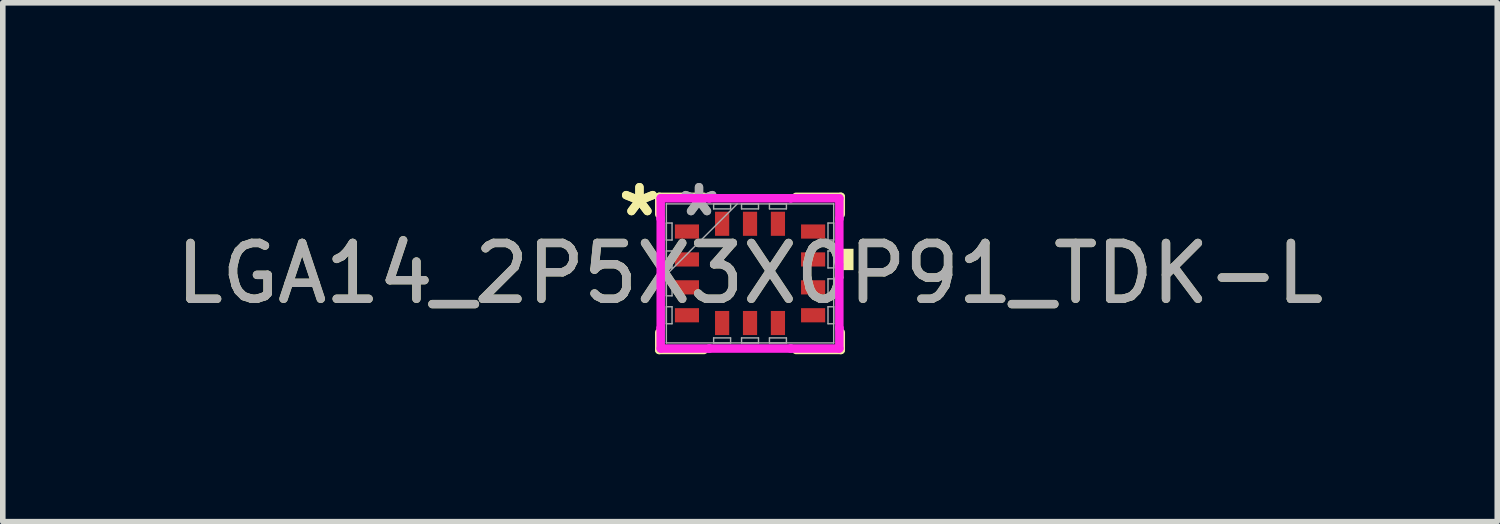
<source format=kicad_pcb>
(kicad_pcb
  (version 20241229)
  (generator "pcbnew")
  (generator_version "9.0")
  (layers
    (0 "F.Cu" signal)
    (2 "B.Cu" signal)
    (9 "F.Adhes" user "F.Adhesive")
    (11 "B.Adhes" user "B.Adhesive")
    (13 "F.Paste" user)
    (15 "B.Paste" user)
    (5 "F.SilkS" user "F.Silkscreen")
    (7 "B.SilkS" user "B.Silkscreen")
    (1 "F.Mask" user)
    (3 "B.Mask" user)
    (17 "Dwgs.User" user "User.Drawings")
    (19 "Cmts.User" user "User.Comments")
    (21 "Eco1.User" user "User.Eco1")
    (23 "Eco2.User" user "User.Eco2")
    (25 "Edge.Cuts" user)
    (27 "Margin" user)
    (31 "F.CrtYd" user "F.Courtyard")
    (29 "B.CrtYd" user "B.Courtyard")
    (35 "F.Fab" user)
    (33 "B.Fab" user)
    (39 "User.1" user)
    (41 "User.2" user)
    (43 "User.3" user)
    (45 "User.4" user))
  (footprint "LGA14_2P5X3X0P91_TDK-L"
    (layer "F.Cu")
    (at 10.387 1.848)
    (property "Reference" "LGA14_2P5X3X0P91_TDK-L" (at 0 0 0) (unlocked yes) (layer "F.SilkS") (effects (font (size 1 1) (thickness 0.15))))
    (attr smd)
    (fp_line (start -1.626 -1.372) (end -1.626 -1.058) (stroke (width 0.152) (type solid)) (layer "F.SilkS"))
    (fp_line (start -1.626 1.058) (end -1.626 1.372) (stroke (width 0.152) (type solid)) (layer "F.SilkS"))
    (fp_line (start -1.626 1.372) (end -0.826 1.372) (stroke (width 0.152) (type solid)) (layer "F.SilkS"))
    (fp_line (start -0.826 -1.372) (end -1.626 -1.372) (stroke (width 0.152) (type solid)) (layer "F.SilkS"))
    (fp_line (start 0.826 1.372) (end 1.626 1.372) (stroke (width 0.152) (type solid)) (layer "F.SilkS"))
    (fp_line (start 1.626 -1.372) (end 0.826 -1.372) (stroke (width 0.152) (type solid)) (layer "F.SilkS"))
    (fp_line (start 1.626 -1.058) (end 1.626 -1.372) (stroke (width 0.152) (type solid)) (layer "F.SilkS"))
    (fp_line (start 1.626 1.372) (end 1.626 1.058) (stroke (width 0.152) (type solid)) (layer "F.SilkS"))
    (fp_poly (pts (xy 1.854 -0.441) (xy 1.854 -0.059) (xy 1.6 -0.059) (xy 1.6 -0.441)) (stroke (width 0) (type solid)) (fill yes) (layer "F.SilkS"))
    (fp_line (start -1.6 -1.346) (end -0.729 -1.346) (stroke (width 0.152) (type solid)) (layer "F.CrtYd"))
    (fp_line (start -1.6 -0.979) (end -1.6 -1.346) (stroke (width 0.152) (type solid)) (layer "F.CrtYd"))
    (fp_line (start -1.6 -0.979) (end -1.6 -0.979) (stroke (width 0.152) (type solid)) (layer "F.CrtYd"))
    (fp_line (start -1.6 0.979) (end -1.6 -0.979) (stroke (width 0.152) (type solid)) (layer "F.CrtYd"))
    (fp_line (start -1.6 0.979) (end -1.6 0.979) (stroke (width 0.152) (type solid)) (layer "F.CrtYd"))
    (fp_line (start -1.6 1.346) (end -1.6 0.979) (stroke (width 0.152) (type solid)) (layer "F.CrtYd"))
    (fp_line (start -0.729 -1.346) (end -0.729 -1.346) (stroke (width 0.152) (type solid)) (layer "F.CrtYd"))
    (fp_line (start -0.729 -1.346) (end 0.729 -1.346) (stroke (width 0.152) (type solid)) (layer "F.CrtYd"))
    (fp_line (start -0.729 1.346) (end -1.6 1.346) (stroke (width 0.152) (type solid)) (layer "F.CrtYd"))
    (fp_line (start -0.729 1.346) (end -0.729 1.346) (stroke (width 0.152) (type solid)) (layer "F.CrtYd"))
    (fp_line (start 0.729 -1.346) (end 0.729 -1.346) (stroke (width 0.152) (type solid)) (layer "F.CrtYd"))
    (fp_line (start 0.729 -1.346) (end 1.6 -1.346) (stroke (width 0.152) (type solid)) (layer "F.CrtYd"))
    (fp_line (start 0.729 1.346) (end -0.729 1.346) (stroke (width 0.152) (type solid)) (layer "F.CrtYd"))
    (fp_line (start 0.729 1.346) (end 0.729 1.346) (stroke (width 0.152) (type solid)) (layer "F.CrtYd"))
    (fp_line (start 1.6 -1.346) (end 1.6 -0.979) (stroke (width 0.152) (type solid)) (layer "F.CrtYd"))
    (fp_line (start 1.6 -0.979) (end 1.6 -0.979) (stroke (width 0.152) (type solid)) (layer "F.CrtYd"))
    (fp_line (start 1.6 -0.979) (end 1.6 0.979) (stroke (width 0.152) (type solid)) (layer "F.CrtYd"))
    (fp_line (start 1.6 0.979) (end 1.6 0.979) (stroke (width 0.152) (type solid)) (layer "F.CrtYd"))
    (fp_line (start 1.6 0.979) (end 1.6 1.346) (stroke (width 0.152) (type solid)) (layer "F.CrtYd"))
    (fp_line (start 1.6 1.346) (end 0.729 1.346) (stroke (width 0.152) (type solid)) (layer "F.CrtYd"))
    (fp_line (start -1.499 -1.245) (end -1.499 -1.245) (stroke (width 0.025) (type solid)) (layer "F.Fab"))
    (fp_line (start -1.499 -1.245) (end -1.499 1.245) (stroke (width 0.025) (type solid)) (layer "F.Fab"))
    (fp_line (start -1.499 -0.902) (end -1.397 -0.902) (stroke (width 0.025) (type solid)) (layer "F.Fab"))
    (fp_line (start -1.499 -0.598) (end -1.499 -0.902) (stroke (width 0.025) (type solid)) (layer "F.Fab"))
    (fp_line (start -1.499 -0.402) (end -1.397 -0.402) (stroke (width 0.025) (type solid)) (layer "F.Fab"))
    (fp_line (start -1.499 -0.098) (end -1.499 -0.402) (stroke (width 0.025) (type solid)) (layer "F.Fab"))
    (fp_line (start -1.499 0.025) (end -0.229 -1.245) (stroke (width 0.025) (type solid)) (layer "F.Fab"))
    (fp_line (start -1.499 0.098) (end -1.397 0.098) (stroke (width 0.025) (type solid)) (layer "F.Fab"))
    (fp_line (start -1.499 0.402) (end -1.499 0.098) (stroke (width 0.025) (type solid)) (layer "F.Fab"))
    (fp_line (start -1.499 0.598) (end -1.397 0.598) (stroke (width 0.025) (type solid)) (layer "F.Fab"))
    (fp_line (start -1.499 0.902) (end -1.499 0.598) (stroke (width 0.025) (type solid)) (layer "F.Fab"))
    (fp_line (start -1.499 1.245) (end -1.499 1.245) (stroke (width 0.025) (type solid)) (layer "F.Fab"))
    (fp_line (start -1.499 1.245) (end 1.499 1.245) (stroke (width 0.025) (type solid)) (layer "F.Fab"))
    (fp_line (start -1.397 -0.902) (end -1.397 -0.598) (stroke (width 0.025) (type solid)) (layer "F.Fab"))
    (fp_line (start -1.397 -0.598) (end -1.499 -0.598) (stroke (width 0.025) (type solid)) (layer "F.Fab"))
    (fp_line (start -1.397 -0.402) (end -1.397 -0.098) (stroke (width 0.025) (type solid)) (layer "F.Fab"))
    (fp_line (start -1.397 -0.098) (end -1.499 -0.098) (stroke (width 0.025) (type solid)) (layer "F.Fab"))
    (fp_line (start -1.397 0.098) (end -1.397 0.402) (stroke (width 0.025) (type solid)) (layer "F.Fab"))
    (fp_line (start -1.397 0.402) (end -1.499 0.402) (stroke (width 0.025) (type solid)) (layer "F.Fab"))
    (fp_line (start -1.397 0.598) (end -1.397 0.902) (stroke (width 0.025) (type solid)) (layer "F.Fab"))
    (fp_line (start -1.397 0.902) (end -1.499 0.902) (stroke (width 0.025) (type solid)) (layer "F.Fab"))
    (fp_line (start -0.652 -1.245) (end -0.348 -1.245) (stroke (width 0.025) (type solid)) (layer "F.Fab"))
    (fp_line (start -0.652 -1.156) (end -0.652 -1.245) (stroke (width 0.025) (type solid)) (layer "F.Fab"))
    (fp_line (start -0.652 1.156) (end -0.348 1.156) (stroke (width 0.025) (type solid)) (layer "F.Fab"))
    (fp_line (start -0.652 1.245) (end -0.652 1.156) (stroke (width 0.025) (type solid)) (layer "F.Fab"))
    (fp_line (start -0.348 -1.245) (end -0.348 -1.156) (stroke (width 0.025) (type solid)) (layer "F.Fab"))
    (fp_line (start -0.348 -1.156) (end -0.652 -1.156) (stroke (width 0.025) (type solid)) (layer "F.Fab"))
    (fp_line (start -0.348 1.156) (end -0.348 1.245) (stroke (width 0.025) (type solid)) (layer "F.Fab"))
    (fp_line (start -0.348 1.245) (end -0.652 1.245) (stroke (width 0.025) (type solid)) (layer "F.Fab"))
    (fp_line (start -0.152 -1.245) (end 0.152 -1.245) (stroke (width 0.025) (type solid)) (layer "F.Fab"))
    (fp_line (start -0.152 -1.156) (end -0.152 -1.245) (stroke (width 0.025) (type solid)) (layer "F.Fab"))
    (fp_line (start -0.152 1.156) (end 0.152 1.156) (stroke (width 0.025) (type solid)) (layer "F.Fab"))
    (fp_line (start -0.152 1.245) (end -0.152 1.156) (stroke (width 0.025) (type solid)) (layer "F.Fab"))
    (fp_line (start 0.152 -1.245) (end 0.152 -1.156) (stroke (width 0.025) (type solid)) (layer "F.Fab"))
    (fp_line (start 0.152 -1.156) (end -0.152 -1.156) (stroke (width 0.025) (type solid)) (layer "F.Fab"))
    (fp_line (start 0.152 1.156) (end 0.152 1.245) (stroke (width 0.025) (type solid)) (layer "F.Fab"))
    (fp_line (start 0.152 1.245) (end -0.152 1.245) (stroke (width 0.025) (type solid)) (layer "F.Fab"))
    (fp_line (start 0.348 -1.245) (end 0.652 -1.245) (stroke (width 0.025) (type solid)) (layer "F.Fab"))
    (fp_line (start 0.348 -1.156) (end 0.348 -1.245) (stroke (width 0.025) (type solid)) (layer "F.Fab"))
    (fp_line (start 0.348 1.156) (end 0.652 1.156) (stroke (width 0.025) (type solid)) (layer "F.Fab"))
    (fp_line (start 0.348 1.245) (end 0.348 1.156) (stroke (width 0.025) (type solid)) (layer "F.Fab"))
    (fp_line (start 0.652 -1.245) (end 0.652 -1.156) (stroke (width 0.025) (type solid)) (layer "F.Fab"))
    (fp_line (start 0.652 -1.156) (end 0.348 -1.156) (stroke (width 0.025) (type solid)) (layer "F.Fab"))
    (fp_line (start 0.652 1.156) (end 0.652 1.245) (stroke (width 0.025) (type solid)) (layer "F.Fab"))
    (fp_line (start 0.652 1.245) (end 0.348 1.245) (stroke (width 0.025) (type solid)) (layer "F.Fab"))
    (fp_line (start 1.397 -0.902) (end 1.499 -0.902) (stroke (width 0.025) (type solid)) (layer "F.Fab"))
    (fp_line (start 1.397 -0.598) (end 1.397 -0.902) (stroke (width 0.025) (type solid)) (layer "F.Fab"))
    (fp_line (start 1.397 -0.402) (end 1.499 -0.402) (stroke (width 0.025) (type solid)) (layer "F.Fab"))
    (fp_line (start 1.397 -0.098) (end 1.397 -0.402) (stroke (width 0.025) (type solid)) (layer "F.Fab"))
    (fp_line (start 1.397 0.098) (end 1.499 0.098) (stroke (width 0.025) (type solid)) (layer "F.Fab"))
    (fp_line (start 1.397 0.402) (end 1.397 0.098) (stroke (width 0.025) (type solid)) (layer "F.Fab"))
    (fp_line (start 1.397 0.598) (end 1.499 0.598) (stroke (width 0.025) (type solid)) (layer "F.Fab"))
    (fp_line (start 1.397 0.902) (end 1.397 0.598) (stroke (width 0.025) (type solid)) (layer "F.Fab"))
    (fp_line (start 1.499 -1.245) (end -1.499 -1.245) (stroke (width 0.025) (type solid)) (layer "F.Fab"))
    (fp_line (start 1.499 -1.245) (end 1.499 -1.245) (stroke (width 0.025) (type solid)) (layer "F.Fab"))
    (fp_line (start 1.499 -0.902) (end 1.499 -0.598) (stroke (width 0.025) (type solid)) (layer "F.Fab"))
    (fp_line (start 1.499 -0.598) (end 1.397 -0.598) (stroke (width 0.025) (type solid)) (layer "F.Fab"))
    (fp_line (start 1.499 -0.402) (end 1.499 -0.098) (stroke (width 0.025) (type solid)) (layer "F.Fab"))
    (fp_line (start 1.499 -0.098) (end 1.397 -0.098) (stroke (width 0.025) (type solid)) (layer "F.Fab"))
    (fp_line (start 1.499 0.098) (end 1.499 0.402) (stroke (width 0.025) (type solid)) (layer "F.Fab"))
    (fp_line (start 1.499 0.402) (end 1.397 0.402) (stroke (width 0.025) (type solid)) (layer "F.Fab"))
    (fp_line (start 1.499 0.598) (end 1.499 0.902) (stroke (width 0.025) (type solid)) (layer "F.Fab"))
    (fp_line (start 1.499 0.902) (end 1.397 0.902) (stroke (width 0.025) (type solid)) (layer "F.Fab"))
    (fp_line (start 1.499 1.245) (end 1.499 -1.245) (stroke (width 0.025) (type solid)) (layer "F.Fab"))
    (fp_line (start 1.499 1.245) (end 1.499 1.245) (stroke (width 0.025) (type solid)) (layer "F.Fab"))
    (fp_text user "*" (at -1.981 -1 0) (unlocked yes) (layer "F.SilkS") (effects (font (size 1 1) (thickness 0.15))))
    (fp_text user "*" (at -1.981 -1 0) (layer "F.SilkS") (effects (font (size 1 1) (thickness 0.15))))
    (fp_text user "*" (at -0.914 -1 0) (layer "F.Fab") (effects (font (size 1 1) (thickness 0.15))))
    (fp_text user "*" (at -0.914 -1 0) (unlocked yes) (layer "F.Fab") (effects (font (size 1 1) (thickness 0.15))))
    (fp_text user "${REFERENCE}" (at 0 0 0) (unlocked yes) (layer "F.Fab") (effects (font (size 1 1) (thickness 0.15))))
    (pad "1" smd rect (at -1.13 -0.75 90) (size 0.254 0.432) (layers "F.Cu" "F.Mask" "F.Paste"))
    (pad "2" smd rect (at -1.13 -0.25 90) (size 0.254 0.432) (layers "F.Cu" "F.Mask" "F.Paste"))
    (pad "3" smd rect (at -1.13 0.25 90) (size 0.254 0.432) (layers "F.Cu" "F.Mask" "F.Paste"))
    (pad "4" smd rect (at -1.13 0.75 90) (size 0.254 0.432) (layers "F.Cu" "F.Mask" "F.Paste"))
    (pad "5" smd rect (at -0.5 0.889) (size 0.254 0.432) (layers "F.Cu" "F.Mask" "F.Paste"))
    (pad "6" smd rect (at 0 0.889) (size 0.254 0.432) (layers "F.Cu" "F.Mask" "F.Paste"))
    (pad "7" smd rect (at 0.5 0.889) (size 0.254 0.432) (layers "F.Cu" "F.Mask" "F.Paste"))
    (pad "8" smd rect (at 1.13 0.75 90) (size 0.254 0.432) (layers "F.Cu" "F.Mask" "F.Paste"))
    (pad "9" smd rect (at 1.13 0.25 90) (size 0.254 0.432) (layers "F.Cu" "F.Mask" "F.Paste"))
    (pad "10" smd rect (at 1.13 -0.25 90) (size 0.254 0.432) (layers "F.Cu" "F.Mask" "F.Paste"))
    (pad "11" smd rect (at 1.13 -0.75 90) (size 0.254 0.432) (layers "F.Cu" "F.Mask" "F.Paste"))
    (pad "12" smd rect (at 0.5 -0.889) (size 0.254 0.432) (layers "F.Cu" "F.Mask" "F.Paste"))
    (pad "13" smd rect (at 0 -0.889) (size 0.254 0.432) (layers "F.Cu" "F.Mask" "F.Paste"))
    (pad "14" smd rect (at -0.5 -0.889) (size 0.254 0.432) (layers "F.Cu" "F.Mask" "F.Paste")))
  (gr_rect
    (start -3 -3)
    (end 23.774 6.296)
    (stroke (width 0.1) (type default))
    (fill no)
    (layer "Edge.Cuts")))
</source>
